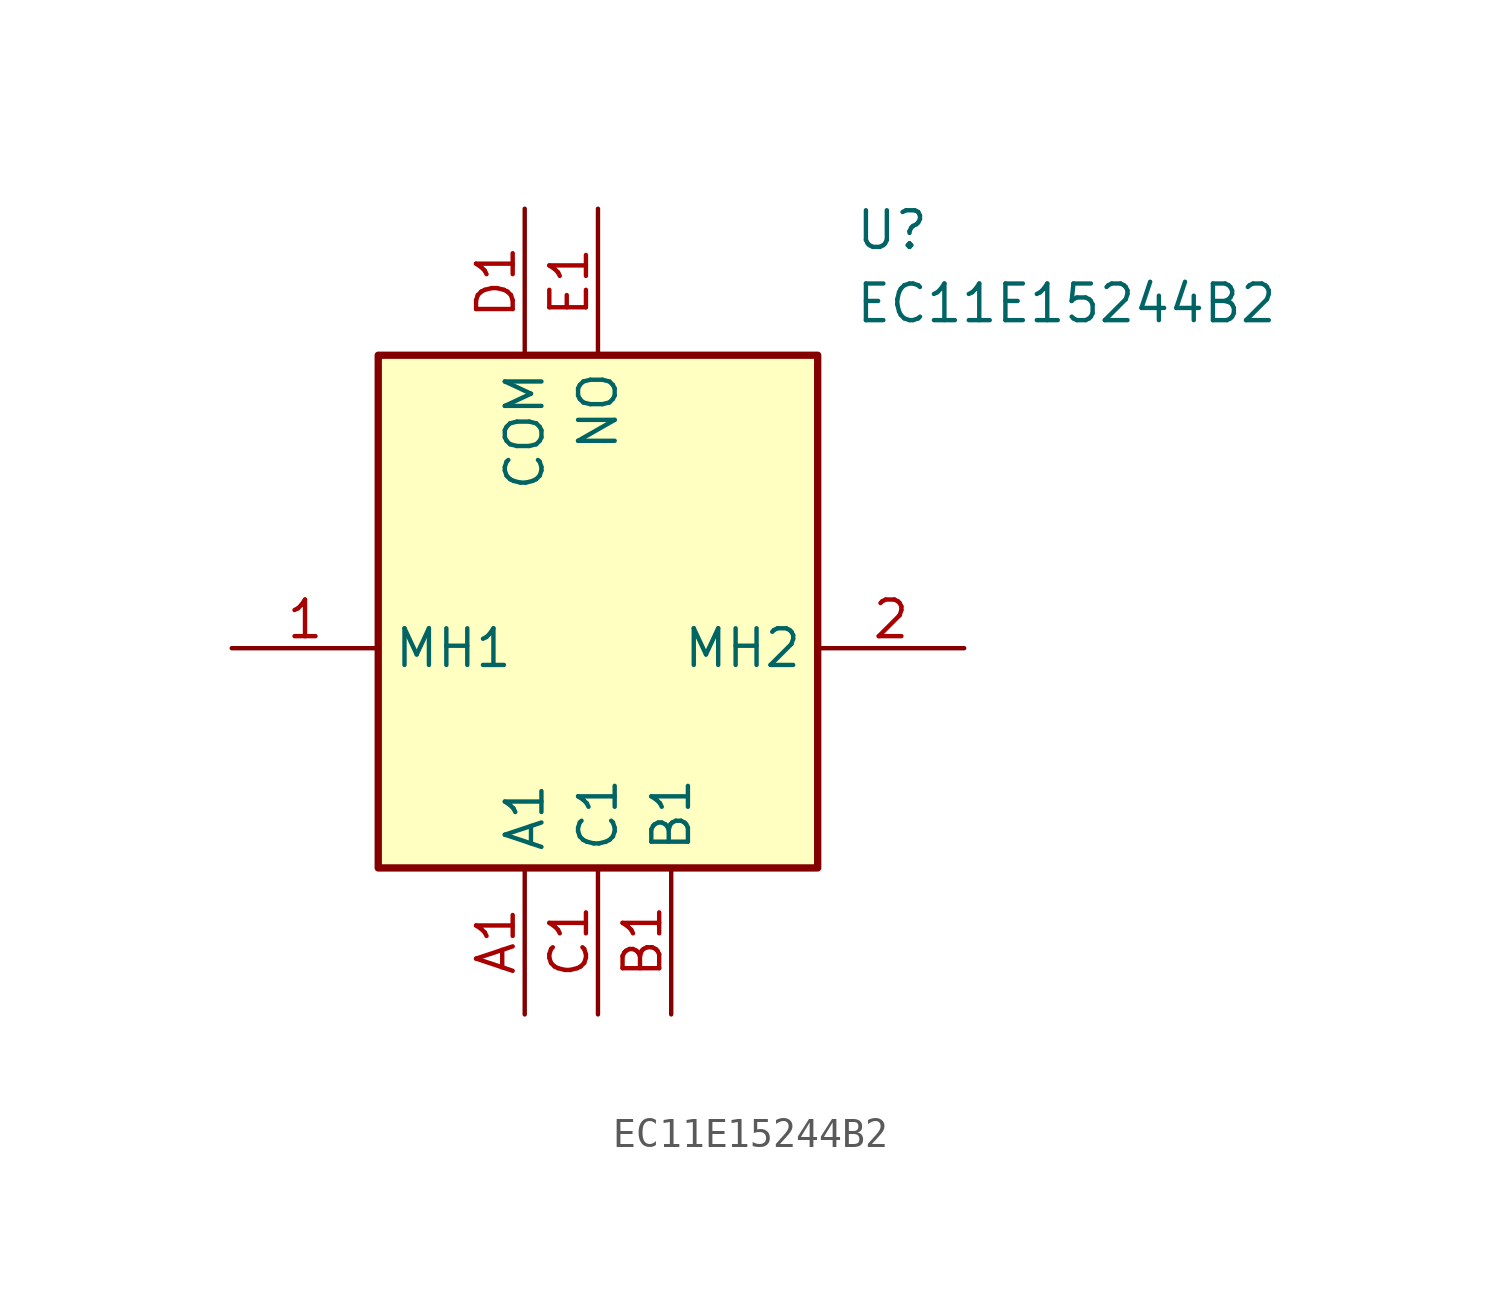
<source format=kicad_sym>
(kicad_symbol_lib
  (version 20211014)
  (generator SamacSys_ECAD_Model)
  (symbol "EC11E15244B2"
    (property "Reference" "U"
      (at 21.59 15.24 0)
      (effects (font (size 1.27 1.27)) (justify left top)))
    (property "Value" "EC11E15244B2"
      (at 21.59 12.7 0)
      (effects (font (size 1.27 1.27)) (justify left top)))
    (rectangle
      (start 5.08 10.16)
      (end 20.32 -7.62)
      (stroke (width 0.254) (type default))
      (fill (type background)))
    (pin passive line
      (at 0 0 0)
      (length 5.08)
      (name "MH1" (effects (font (size 1.27 1.27))))
      (number "1" (effects (font (size 1.27 1.27)))))
    (pin passive line
      (at 25.4 0 180)
      (length 5.08)
      (name "MH2" (effects (font (size 1.27 1.27))))
      (number "2" (effects (font (size 1.27 1.27)))))
    (pin passive line
      (at 10.16 -12.7 90)
      (length 5.08)
      (name "A1" (effects (font (size 1.27 1.27))))
      (number "A1" (effects (font (size 1.27 1.27)))))
    (pin passive line
      (at 15.24 -12.7 90)
      (length 5.08)
      (name "B1" (effects (font (size 1.27 1.27))))
      (number "B1" (effects (font (size 1.27 1.27)))))
    (pin passive line
      (at 12.7 -12.7 90)
      (length 5.08)
      (name "C1" (effects (font (size 1.27 1.27))))
      (number "C1" (effects (font (size 1.27 1.27)))))
    (pin passive line
      (at 10.16 15.24 270)
      (length 5.08)
      (name "COM" (effects (font (size 1.27 1.27))))
      (number "D1" (effects (font (size 1.27 1.27)))))
    (pin passive line
      (at 12.7 15.24 270)
      (length 5.08)
      (name "NO" (effects (font (size 1.27 1.27))))
      (number "E1" (effects (font (size 1.27 1.27)))))))
</source>
